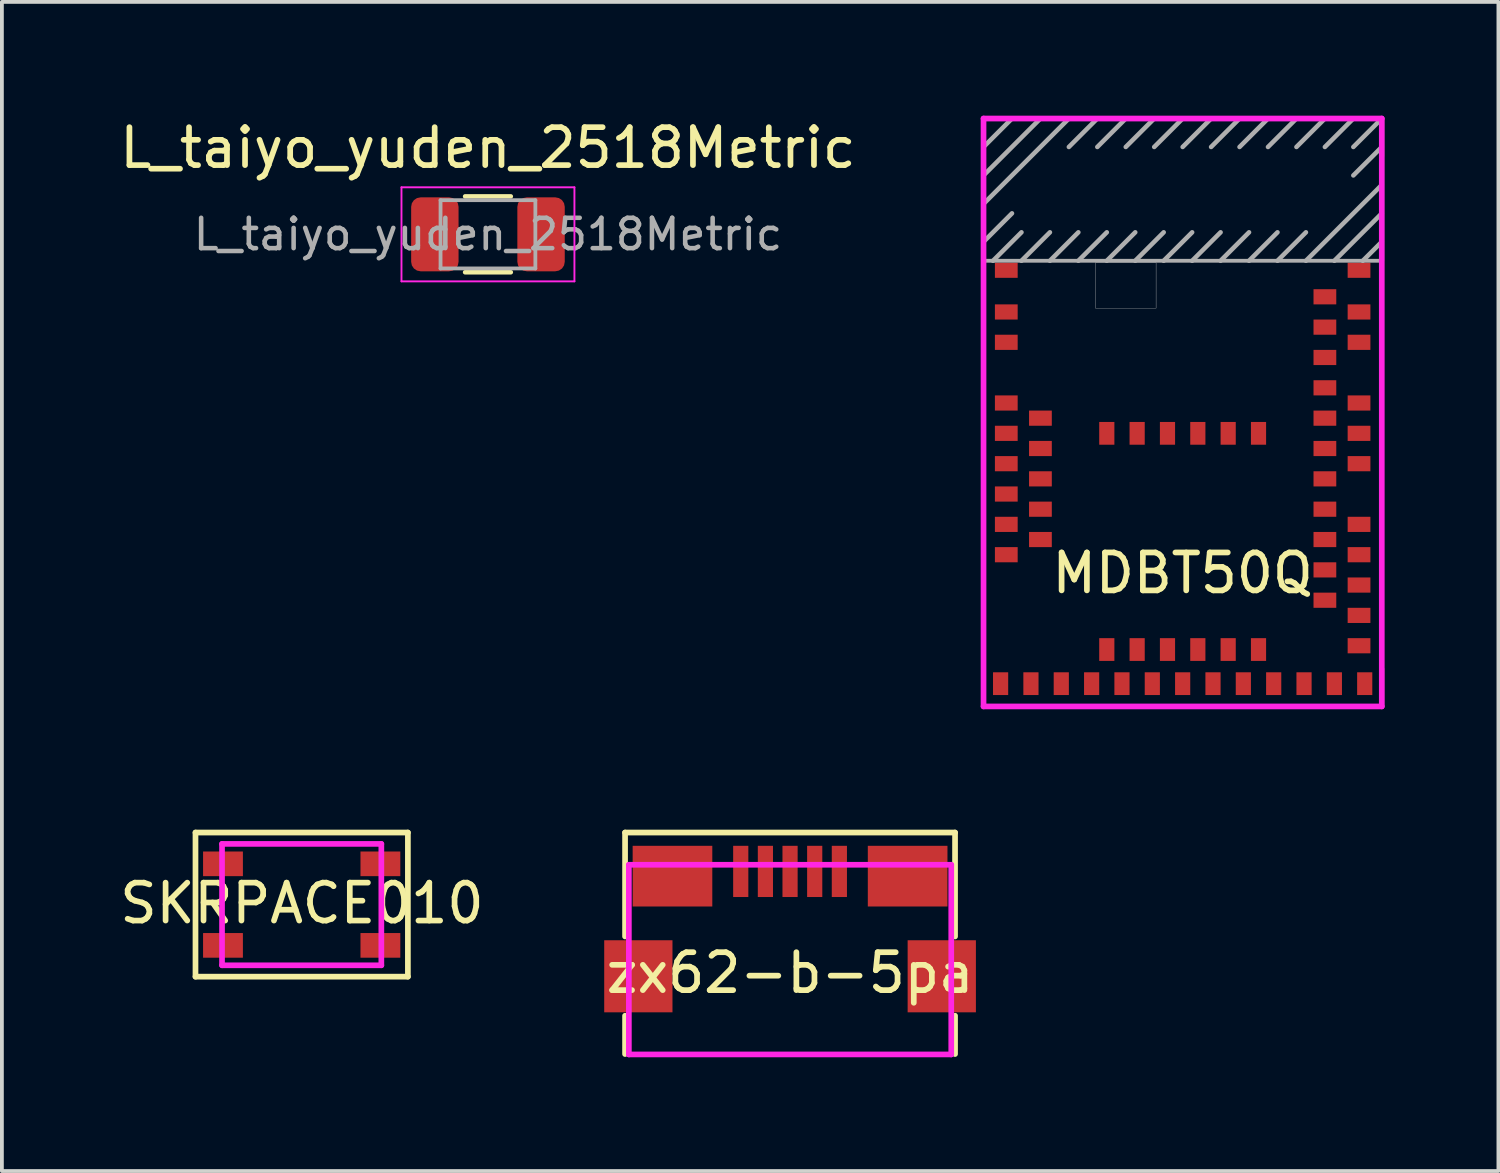
<source format=kicad_pcb>
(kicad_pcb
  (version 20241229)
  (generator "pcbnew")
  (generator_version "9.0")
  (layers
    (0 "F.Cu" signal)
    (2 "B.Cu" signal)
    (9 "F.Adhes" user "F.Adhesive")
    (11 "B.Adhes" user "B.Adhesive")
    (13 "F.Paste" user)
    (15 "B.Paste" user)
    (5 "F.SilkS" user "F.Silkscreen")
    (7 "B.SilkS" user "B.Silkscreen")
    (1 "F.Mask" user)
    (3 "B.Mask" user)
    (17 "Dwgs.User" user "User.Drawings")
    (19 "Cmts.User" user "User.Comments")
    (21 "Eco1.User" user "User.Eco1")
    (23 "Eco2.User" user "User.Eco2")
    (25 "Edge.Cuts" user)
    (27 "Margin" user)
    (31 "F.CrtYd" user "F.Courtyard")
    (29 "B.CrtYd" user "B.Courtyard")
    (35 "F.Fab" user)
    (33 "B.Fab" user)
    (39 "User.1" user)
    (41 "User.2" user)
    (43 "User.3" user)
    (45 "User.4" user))
  (footprint "L_taiyo_yuden_2518Metric"
    (layer "F.Cu")
    (at 9.815 3.128)
    (property "Reference" "L_taiyo_yuden_2518Metric" (at 0 -2.28 0) (layer "F.SilkS") (effects (font (size 1 1) (thickness 0.15))))
    (attr smd)
    (fp_line (start -0.602 -1) (end 0.602 -1) (stroke (width 0.12) (type solid)) (layer "F.SilkS"))
    (fp_line (start -0.602 1) (end 0.602 1) (stroke (width 0.12) (type solid)) (layer "F.SilkS"))
    (fp_line (start -2.28 -1.24) (end 2.28 -1.24) (stroke (width 0.05) (type solid)) (layer "F.CrtYd"))
    (fp_line (start -2.28 1.24) (end -2.28 -1.24) (stroke (width 0.05) (type solid)) (layer "F.CrtYd"))
    (fp_line (start 2.28 -1.24) (end 2.28 1.24) (stroke (width 0.05) (type solid)) (layer "F.CrtYd"))
    (fp_line (start 2.28 1.24) (end -2.28 1.24) (stroke (width 0.05) (type solid)) (layer "F.CrtYd"))
    (fp_line (start -1.25 -0.9) (end 1.25 -0.9) (stroke (width 0.1) (type solid)) (layer "F.Fab"))
    (fp_line (start -1.25 0.9) (end -1.25 -0.9) (stroke (width 0.1) (type solid)) (layer "F.Fab"))
    (fp_line (start 1.25 -0.9) (end 1.25 0.9) (stroke (width 0.1) (type solid)) (layer "F.Fab"))
    (fp_line (start 1.25 0.9) (end -1.25 0.9) (stroke (width 0.1) (type solid)) (layer "F.Fab"))
    (fp_text user "${REFERENCE}" (at 0 0 0) (layer "F.Fab") (effects (font (size 0.8 0.8) (thickness 0.12))))
    (pad "1" smd roundrect (at -1.4 0) (size 1.25 1.95) (layers "F.Cu" "F.Mask" "F.Paste") (roundrect_rratio 0.2))
    (pad "2" smd roundrect (at 1.4 0) (size 1.25 1.95) (layers "F.Cu" "F.Mask" "F.Paste") (roundrect_rratio 0.2)))
  (footprint "SKRPACE010"
    (layer "F.Cu")
    (at 4.904 20.8)
    (property "Reference" "SKRPACE010" (at 0.007 -0.034 0) (layer "F.SilkS") (effects (font (size 1 1) (thickness 0.15))))
    (attr through_hole)
    (fp_line (start -2.8 -1.9) (end -2.8 1.9) (stroke (width 0.15) (type solid)) (layer "F.SilkS"))
    (fp_line (start -2.8 1.9) (end 2.8 1.9) (stroke (width 0.15) (type solid)) (layer "F.SilkS"))
    (fp_line (start 2.8 -1.9) (end -2.8 -1.9) (stroke (width 0.15) (type solid)) (layer "F.SilkS"))
    (fp_line (start 2.8 1.9) (end 2.8 -1.9) (stroke (width 0.15) (type solid)) (layer "F.SilkS"))
    (fp_line (start -2.1 -1.6) (end 2.1 -1.6) (stroke (width 0.15) (type solid)) (layer "F.CrtYd"))
    (fp_line (start -2.1 1.6) (end -2.1 -1.6) (stroke (width 0.15) (type solid)) (layer "F.CrtYd"))
    (fp_line (start 2.1 -1.6) (end 2.1 1.6) (stroke (width 0.15) (type solid)) (layer "F.CrtYd"))
    (fp_line (start 2.1 1.6) (end -2.1 1.6) (stroke (width 0.15) (type solid)) (layer "F.CrtYd"))
    (pad "1" smd rect (at -2.075 -1.075) (size 1.05 0.65) (layers "F.Cu" "F.Mask" "F.Paste"))
    (pad "2" smd rect (at -2.075 1.075) (size 1.05 0.65) (layers "F.Cu" "F.Mask" "F.Paste"))
    (pad "3" smd rect (at 2.075 -1.075) (size 1.05 0.65) (layers "F.Cu" "F.Mask" "F.Paste"))
    (pad "4" smd rect (at 2.075 1.075) (size 1.05 0.65) (layers "F.Cu" "F.Mask" "F.Paste")))
  (footprint "MDBT50Q"
    (layer "F.Cu")
    (at 22.881 15.575)
    (property "Reference" "MDBT50Q" (at 5.249 -3.514 0) (layer "F.SilkS") (effects (font (size 1 1) (thickness 0.15))))
    (attr smd)
    (fp_line (start 0 -15.5) (end 1 -15.5) (stroke (width 0.12) (type solid)) (layer "F.SilkS"))
    (fp_line (start 0 -14.5) (end 0 -15.5) (stroke (width 0.12) (type solid)) (layer "F.SilkS"))
    (fp_line (start 0 -1) (end 0 0) (stroke (width 0.12) (type solid)) (layer "F.SilkS"))
    (fp_line (start 0 0) (end 1 0) (stroke (width 0.12) (type solid)) (layer "F.SilkS"))
    (fp_line (start 9.5 0) (end 10.5 0) (stroke (width 0.12) (type solid)) (layer "F.SilkS"))
    (fp_line (start 10.5 -15.5) (end 9.5 -15.5) (stroke (width 0.12) (type solid)) (layer "F.SilkS"))
    (fp_line (start 10.5 -14.5) (end 10.5 -15.5) (stroke (width 0.12) (type solid)) (layer "F.SilkS"))
    (fp_line (start 10.5 0) (end 10.5 -1) (stroke (width 0.12) (type solid)) (layer "F.SilkS"))
    (fp_line (start 0 -15.5) (end 10.5 -15.5) (stroke (width 0.15) (type solid)) (layer "F.CrtYd"))
    (fp_line (start 0 0) (end 0 -15.5) (stroke (width 0.15) (type solid)) (layer "F.CrtYd"))
    (fp_line (start 9 0) (end 10.5 0) (stroke (width 0.12) (type solid)) (layer "F.CrtYd"))
    (fp_line (start 9.5 0) (end 10.5 0) (stroke (width 0.12) (type solid)) (layer "F.CrtYd"))
    (fp_line (start 10.5 -15.5) (end 10.5 0) (stroke (width 0.15) (type solid)) (layer "F.CrtYd"))
    (fp_line (start 10.5 0) (end 0 0) (stroke (width 0.15) (type solid)) (layer "F.CrtYd"))
    (fp_line (start 10.5 0) (end 10.5 -1) (stroke (width 0.12) (type solid)) (layer "F.CrtYd"))
    (fp_line (start 10.5 0) (end 10.5 -1) (stroke (width 0.12) (type solid)) (layer "F.CrtYd"))
    (fp_line (start 0 -15.5) (end 10.5 -15.5) (stroke (width 0.1) (type solid)) (layer "F.Fab"))
    (fp_line (start 0 -11.75) (end 0 -15.5) (stroke (width 0.1) (type solid)) (layer "F.Fab"))
    (fp_line (start 0 -11.75) (end 10.5 -11.75) (stroke (width 0.1) (type solid)) (layer "F.Fab"))
    (fp_line (start 0.75 -15.5) (end 0 -14.75) (stroke (width 0.12) (type solid)) (layer "F.Fab"))
    (fp_line (start 0.75 -13) (end 0 -12.25) (stroke (width 0.12) (type solid)) (layer "F.Fab"))
    (fp_line (start 1 -12.5) (end 0.25 -11.75) (stroke (width 0.12) (type solid)) (layer "F.Fab"))
    (fp_line (start 1.5 -15.5) (end 0 -14) (stroke (width 0.12) (type solid)) (layer "F.Fab"))
    (fp_line (start 1.75 -12.5) (end 1 -11.75) (stroke (width 0.12) (type solid)) (layer "F.Fab"))
    (fp_line (start 2.25 -15.5) (end 0 -13.25) (stroke (width 0.12) (type solid)) (layer "F.Fab"))
    (fp_line (start 2.5 -12.5) (end 1.75 -11.75) (stroke (width 0.12) (type solid)) (layer "F.Fab"))
    (fp_line (start 3 -15.5) (end 2.25 -14.75) (stroke (width 0.12) (type solid)) (layer "F.Fab"))
    (fp_line (start 3.25 -12.5) (end 2.5 -11.75) (stroke (width 0.12) (type solid)) (layer "F.Fab"))
    (fp_line (start 3.75 -15.5) (end 3 -14.75) (stroke (width 0.12) (type solid)) (layer "F.Fab"))
    (fp_line (start 4 -12.5) (end 3.25 -11.75) (stroke (width 0.12) (type solid)) (layer "F.Fab"))
    (fp_line (start 4.5 -15.5) (end 3.75 -14.75) (stroke (width 0.12) (type solid)) (layer "F.Fab"))
    (fp_line (start 4.75 -12.5) (end 4 -11.75) (stroke (width 0.12) (type solid)) (layer "F.Fab"))
    (fp_line (start 5.25 -15.5) (end 4.5 -14.75) (stroke (width 0.12) (type solid)) (layer "F.Fab"))
    (fp_line (start 5.5 -12.5) (end 4.75 -11.75) (stroke (width 0.12) (type solid)) (layer "F.Fab"))
    (fp_line (start 6 -15.5) (end 5.25 -14.75) (stroke (width 0.12) (type solid)) (layer "F.Fab"))
    (fp_line (start 6.25 -12.5) (end 5.5 -11.75) (stroke (width 0.12) (type solid)) (layer "F.Fab"))
    (fp_line (start 6.75 -15.5) (end 6 -14.75) (stroke (width 0.12) (type solid)) (layer "F.Fab"))
    (fp_line (start 7 -12.5) (end 6.25 -11.75) (stroke (width 0.12) (type solid)) (layer "F.Fab"))
    (fp_line (start 7.5 -15.5) (end 6.75 -14.75) (stroke (width 0.12) (type solid)) (layer "F.Fab"))
    (fp_line (start 7.75 -12.5) (end 7 -11.75) (stroke (width 0.12) (type solid)) (layer "F.Fab"))
    (fp_line (start 8.25 -15.5) (end 7.5 -14.75) (stroke (width 0.12) (type solid)) (layer "F.Fab"))
    (fp_line (start 8.5 -12.5) (end 7.75 -11.75) (stroke (width 0.12) (type solid)) (layer "F.Fab"))
    (fp_line (start 8.5 -11.75) (end 10.5 -13.75) (stroke (width 0.12) (type solid)) (layer "F.Fab"))
    (fp_line (start 9 -15.5) (end 8.25 -14.75) (stroke (width 0.12) (type solid)) (layer "F.Fab"))
    (fp_line (start 9.25 -11.75) (end 10.5 -13) (stroke (width 0.12) (type solid)) (layer "F.Fab"))
    (fp_line (start 9.75 -15.5) (end 9 -14.75) (stroke (width 0.12) (type solid)) (layer "F.Fab"))
    (fp_line (start 9.75 -14.75) (end 10.5 -15.5) (stroke (width 0.12) (type solid)) (layer "F.Fab"))
    (fp_line (start 9.75 -14) (end 10.5 -14.75) (stroke (width 0.12) (type solid)) (layer "F.Fab"))
    (fp_line (start 10 -11.75) (end 10.5 -12.25) (stroke (width 0.12) (type solid)) (layer "F.Fab"))
    (fp_line (start 10.5 -15.5) (end 10.5 -11.75) (stroke (width 0.12) (type solid)) (layer "F.Fab"))
    (fp_poly (pts (xy 2.95 -11.7) (xy 4.55 -11.7) (xy 4.55 -10.5) (xy 2.95 -10.5)) (stroke (width 0.01) (type solid)) (fill no) (layer "F.Fab"))
    (pad "1" smd rect (at 0.6 -11.5) (size 0.6 0.4) (layers "F.Cu" "F.Mask" "F.Paste"))
    (pad "2" smd rect (at 0.6 -10.4) (size 0.6 0.4) (layers "F.Cu" "F.Mask" "F.Paste"))
    (pad "3" smd rect (at 0.6 -9.6) (size 0.6 0.4) (layers "F.Cu" "F.Mask" "F.Paste"))
    (pad "4" smd rect (at 0.6 -8) (size 0.6 0.4) (layers "F.Cu" "F.Mask" "F.Paste"))
    (pad "5" smd rect (at 1.5 -7.6) (size 0.6 0.4) (layers "F.Cu" "F.Mask" "F.Paste"))
    (pad "6" smd rect (at 0.6 -7.2) (size 0.6 0.4) (layers "F.Cu" "F.Mask" "F.Paste"))
    (pad "7" smd rect (at 1.5 -6.8) (size 0.6 0.4) (layers "F.Cu" "F.Mask" "F.Paste"))
    (pad "8" smd rect (at 0.6 -6.4) (size 0.6 0.4) (layers "F.Cu" "F.Mask" "F.Paste"))
    (pad "9" smd rect (at 1.5 -6) (size 0.6 0.4) (layers "F.Cu" "F.Mask" "F.Paste"))
    (pad "10" smd rect (at 0.6 -5.6) (size 0.6 0.4) (layers "F.Cu" "F.Mask" "F.Paste"))
    (pad "11" smd rect (at 1.5 -5.2) (size 0.6 0.4) (layers "F.Cu" "F.Mask" "F.Paste"))
    (pad "12" smd rect (at 0.6 -4.8) (size 0.6 0.4) (layers "F.Cu" "F.Mask" "F.Paste"))
    (pad "13" smd rect (at 1.5 -4.4) (size 0.6 0.4) (layers "F.Cu" "F.Mask" "F.Paste"))
    (pad "14" smd rect (at 0.6 -4) (size 0.6 0.4) (layers "F.Cu" "F.Mask" "F.Paste"))
    (pad "15" smd rect (at 0.45 -0.6 90) (size 0.6 0.4) (layers "F.Cu" "F.Mask" "F.Paste"))
    (pad "16" smd rect (at 1.25 -0.6 90) (size 0.6 0.4) (layers "F.Cu" "F.Mask" "F.Paste"))
    (pad "17" smd rect (at 2.05 -0.6 90) (size 0.6 0.4) (layers "F.Cu" "F.Mask" "F.Paste"))
    (pad "18" smd rect (at 2.85 -0.6 90) (size 0.6 0.4) (layers "F.Cu" "F.Mask" "F.Paste"))
    (pad "19" smd rect (at 3.25 -1.5 90) (size 0.6 0.4) (layers "F.Cu" "F.Mask" "F.Paste"))
    (pad "20" smd rect (at 3.65 -0.6 90) (size 0.6 0.4) (layers "F.Cu" "F.Mask" "F.Paste"))
    (pad "21" smd rect (at 4.05 -1.5 90) (size 0.6 0.4) (layers "F.Cu" "F.Mask" "F.Paste"))
    (pad "22" smd rect (at 4.45 -0.6 90) (size 0.6 0.4) (layers "F.Cu" "F.Mask" "F.Paste"))
    (pad "23" smd rect (at 4.85 -1.5 90) (size 0.6 0.4) (layers "F.Cu" "F.Mask" "F.Paste"))
    (pad "24" smd rect (at 5.25 -0.6 90) (size 0.6 0.4) (layers "F.Cu" "F.Mask" "F.Paste"))
    (pad "25" smd rect (at 5.65 -1.5 90) (size 0.6 0.4) (layers "F.Cu" "F.Mask" "F.Paste"))
    (pad "26" smd rect (at 6.05 -0.6 90) (size 0.6 0.4) (layers "F.Cu" "F.Mask" "F.Paste"))
    (pad "27" smd rect (at 6.45 -1.5 90) (size 0.6 0.4) (layers "F.Cu" "F.Mask" "F.Paste"))
    (pad "28" smd rect (at 6.85 -0.6 90) (size 0.6 0.4) (layers "F.Cu" "F.Mask" "F.Paste"))
    (pad "29" smd rect (at 7.25 -1.5 90) (size 0.6 0.4) (layers "F.Cu" "F.Mask" "F.Paste"))
    (pad "30" smd rect (at 7.65 -0.6 90) (size 0.6 0.4) (layers "F.Cu" "F.Mask" "F.Paste"))
    (pad "31" smd rect (at 8.45 -0.6 90) (size 0.6 0.4) (layers "F.Cu" "F.Mask" "F.Paste"))
    (pad "32" smd rect (at 9.25 -0.6 90) (size 0.6 0.4) (layers "F.Cu" "F.Mask" "F.Paste"))
    (pad "33" smd rect (at 10.05 -0.6 90) (size 0.6 0.4) (layers "F.Cu" "F.Mask" "F.Paste"))
    (pad "34" smd rect (at 9.9 -1.6) (size 0.6 0.4) (layers "F.Cu" "F.Mask" "F.Paste"))
    (pad "35" smd rect (at 9.9 -2.4) (size 0.6 0.4) (layers "F.Cu" "F.Mask" "F.Paste"))
    (pad "36" smd rect (at 9 -2.8) (size 0.6 0.4) (layers "F.Cu" "F.Mask" "F.Paste"))
    (pad "37" smd rect (at 9.9 -3.2) (size 0.6 0.4) (layers "F.Cu" "F.Mask" "F.Paste"))
    (pad "38" smd rect (at 9 -3.6) (size 0.6 0.4) (layers "F.Cu" "F.Mask" "F.Paste"))
    (pad "39" smd rect (at 9.9 -4) (size 0.6 0.4) (layers "F.Cu" "F.Mask" "F.Paste"))
    (pad "40" smd rect (at 9 -4.4) (size 0.6 0.4) (layers "F.Cu" "F.Mask" "F.Paste"))
    (pad "41" smd rect (at 9.9 -4.8) (size 0.6 0.4) (layers "F.Cu" "F.Mask" "F.Paste"))
    (pad "42" smd rect (at 9 -5.2) (size 0.6 0.4) (layers "F.Cu" "F.Mask" "F.Paste"))
    (pad "43" smd rect (at 9 -6) (size 0.6 0.4) (layers "F.Cu" "F.Mask" "F.Paste"))
    (pad "44" smd rect (at 9.9 -6.4) (size 0.6 0.4) (layers "F.Cu" "F.Mask" "F.Paste"))
    (pad "45" smd rect (at 9 -6.8) (size 0.6 0.4) (layers "F.Cu" "F.Mask" "F.Paste"))
    (pad "46" smd rect (at 9.9 -7.2) (size 0.6 0.4) (layers "F.Cu" "F.Mask" "F.Paste"))
    (pad "47" smd rect (at 9 -7.6) (size 0.6 0.4) (layers "F.Cu" "F.Mask" "F.Paste"))
    (pad "48" smd rect (at 9.9 -8) (size 0.6 0.4) (layers "F.Cu" "F.Mask" "F.Paste"))
    (pad "49" smd rect (at 9 -8.4) (size 0.6 0.4) (layers "F.Cu" "F.Mask" "F.Paste"))
    (pad "50" smd rect (at 9 -9.2) (size 0.6 0.4) (layers "F.Cu" "F.Mask" "F.Paste"))
    (pad "51" smd rect (at 9.9 -9.6) (size 0.6 0.4) (layers "F.Cu" "F.Mask" "F.Paste"))
    (pad "52" smd rect (at 9 -10) (size 0.6 0.4) (layers "F.Cu" "F.Mask" "F.Paste"))
    (pad "53" smd rect (at 9.9 -10.4) (size 0.6 0.4) (layers "F.Cu" "F.Mask" "F.Paste"))
    (pad "54" smd rect (at 9 -10.8) (size 0.6 0.4) (layers "F.Cu" "F.Mask" "F.Paste"))
    (pad "55" smd rect (at 9.9 -11.5) (size 0.6 0.4) (layers "F.Cu" "F.Mask" "F.Paste"))
    (pad "56" smd rect (at 3.25 -7.2 90) (size 0.6 0.4) (layers "F.Cu" "F.Mask" "F.Paste"))
    (pad "57" smd rect (at 4.05 -7.2 90) (size 0.6 0.4) (layers "F.Cu" "F.Mask" "F.Paste"))
    (pad "58" smd rect (at 4.85 -7.2 90) (size 0.6 0.4) (layers "F.Cu" "F.Mask" "F.Paste"))
    (pad "59" smd rect (at 5.65 -7.2 90) (size 0.6 0.4) (layers "F.Cu" "F.Mask" "F.Paste"))
    (pad "60" smd rect (at 6.45 -7.2 90) (size 0.6 0.4) (layers "F.Cu" "F.Mask" "F.Paste"))
    (pad "61" smd rect (at 7.25 -7.2 90) (size 0.6 0.4) (layers "F.Cu" "F.Mask" "F.Paste")))
  (footprint "zx62-b-5pa"
    (layer "F.Cu")
    (at 17.78 22.6)
    (property "Reference" "zx62-b-5pa" (at 0 0 180) (layer "F.SilkS") (effects (font (size 1 1) (thickness 0.15))))
    (attr smd)
    (fp_line (start -4.35 -3.7) (end 4.35 -3.7) (stroke (width 0.15) (type solid)) (layer "F.SilkS"))
    (fp_line (start -4.35 -0.96) (end -4.35 -3.7) (stroke (width 0.15) (type solid)) (layer "F.SilkS"))
    (fp_line (start -4.35 1.13) (end -4.35 2.14) (stroke (width 0.15) (type solid)) (layer "F.SilkS"))
    (fp_line (start 4.35 -3.7) (end 4.35 -0.96) (stroke (width 0.15) (type solid)) (layer "F.SilkS"))
    (fp_line (start 4.35 1.13) (end 4.35 2.14) (stroke (width 0.15) (type solid)) (layer "F.SilkS"))
    (fp_line (start -4.25 -2.85) (end -4.25 2.15) (stroke (width 0.15) (type solid)) (layer "F.CrtYd"))
    (fp_line (start -4.25 -2.85) (end 4.25 -2.85) (stroke (width 0.15) (type solid)) (layer "F.CrtYd"))
    (fp_line (start -4.25 2.15) (end 4.25 2.15) (stroke (width 0.15) (type solid)) (layer "F.CrtYd"))
    (fp_line (start 4.25 -2.85) (end 4.25 2.15) (stroke (width 0.15) (type solid)) (layer "F.CrtYd"))
    (pad "1" smd rect (at -1.3 -2.675 90) (size 1.35 0.4) (layers "F.Cu" "F.Mask" "F.Paste"))
    (pad "2" smd rect (at -0.65 -2.675 90) (size 1.35 0.4) (layers "F.Cu" "F.Mask" "F.Paste"))
    (pad "3" smd rect (at 0 -2.675 90) (size 1.35 0.4) (layers "F.Cu" "F.Mask" "F.Paste"))
    (pad "4" smd rect (at 0.65 -2.675 90) (size 1.35 0.4) (layers "F.Cu" "F.Mask" "F.Paste"))
    (pad "5" smd rect (at 1.3 -2.675 90) (size 1.35 0.4) (layers "F.Cu" "F.Mask" "F.Paste"))
    (pad "6" smd rect (at -4 0.09) (size 1.8 1.9) (layers "F.Cu" "F.Mask" "F.Paste"))
    (pad "6" smd rect (at -3.1 -2.55) (size 2.1 1.6) (layers "F.Cu" "F.Mask" "F.Paste"))
    (pad "6" smd trapezoid (at 3.1 -2.55) (size 2.1 1.6) (layers "F.Cu" "F.Mask" "F.Paste"))
    (pad "6" smd rect (at 4 0.09) (size 1.8 1.9) (layers "F.Cu" "F.Mask" "F.Paste")))
  (gr_rect
    (start -3 -3)
    (end 36.456 27.825)
    (stroke (width 0.1) (type default))
    (fill no)
    (layer "Edge.Cuts")))
</source>
